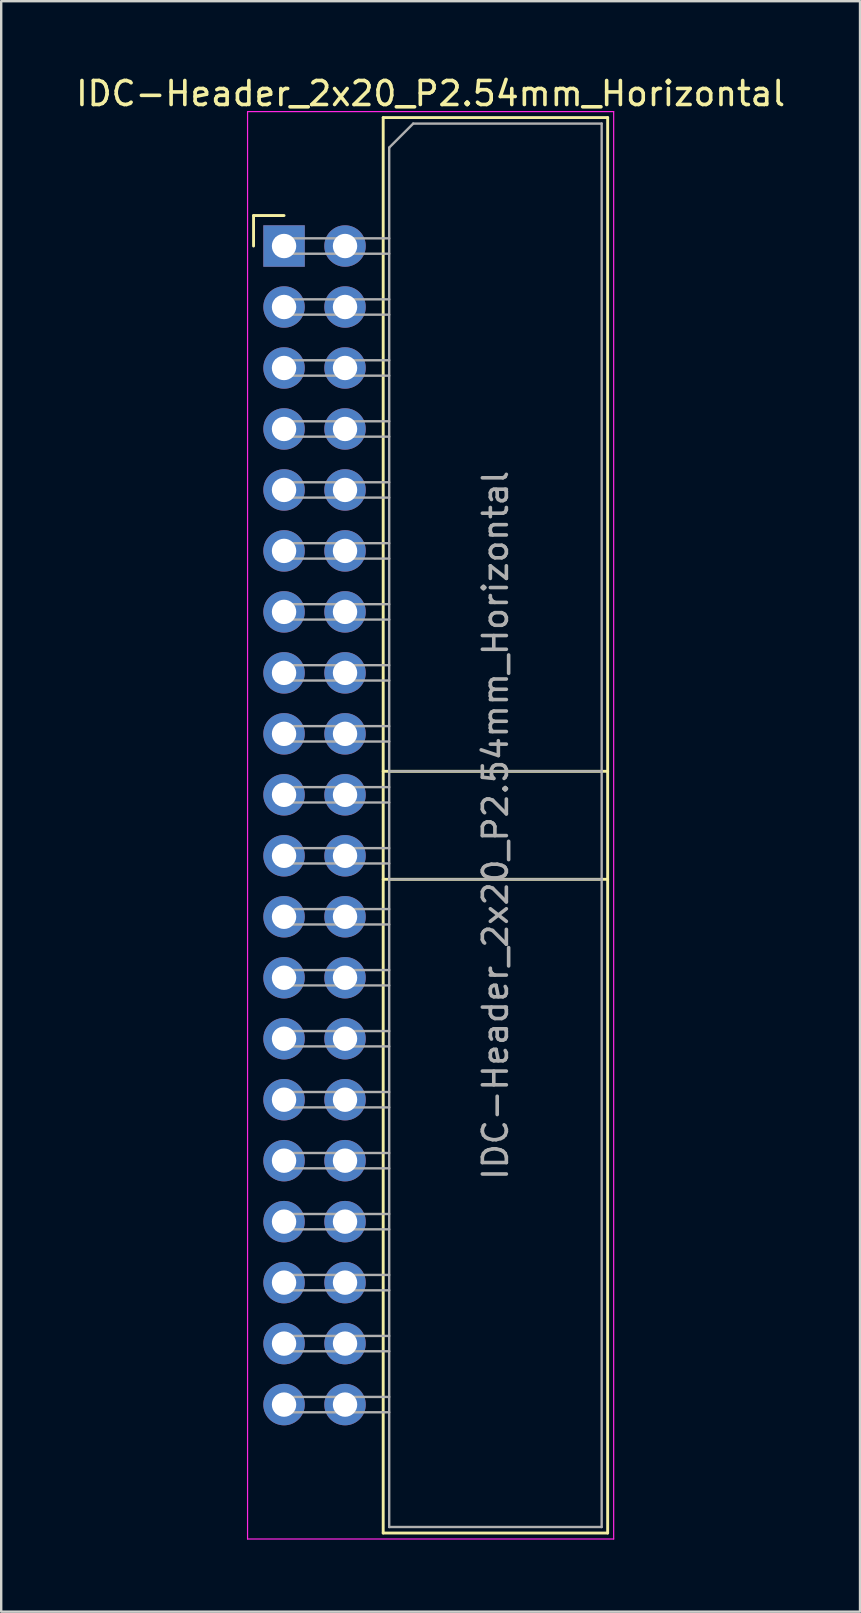
<source format=kicad_pcb>
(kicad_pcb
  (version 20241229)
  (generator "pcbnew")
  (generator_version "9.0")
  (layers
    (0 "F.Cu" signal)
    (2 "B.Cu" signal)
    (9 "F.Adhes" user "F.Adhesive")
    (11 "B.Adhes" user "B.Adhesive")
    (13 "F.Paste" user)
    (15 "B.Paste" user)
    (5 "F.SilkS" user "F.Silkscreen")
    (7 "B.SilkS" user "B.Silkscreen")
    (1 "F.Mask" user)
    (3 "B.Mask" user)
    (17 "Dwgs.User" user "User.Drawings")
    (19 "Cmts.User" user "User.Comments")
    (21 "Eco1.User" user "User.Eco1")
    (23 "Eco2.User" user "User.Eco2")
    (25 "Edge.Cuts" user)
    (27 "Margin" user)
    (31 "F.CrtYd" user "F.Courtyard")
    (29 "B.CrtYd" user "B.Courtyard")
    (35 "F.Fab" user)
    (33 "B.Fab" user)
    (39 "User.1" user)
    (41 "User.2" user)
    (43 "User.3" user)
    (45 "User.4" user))
  (footprint "IDC-Header_2x20_P2.54mm_Horizontal"
    (layer "F.Cu")
    (at 8.782 7.198)
    (property "Reference" "IDC-Header_2x20_P2.54mm_Horizontal" (at 6.105 -6.35 0) (layer "F.SilkS") (effects (font (size 1 1) (thickness 0.15))))
    (attr through_hole)
    (fp_line (start -1.27 -1.27) (end -1.27 0) (stroke (width 0.12) (type solid)) (layer "F.SilkS"))
    (fp_line (start 0 -1.27) (end -1.27 -1.27) (stroke (width 0.12) (type solid)) (layer "F.SilkS"))
    (fp_line (start 4.13 -5.35) (end 13.48 -5.35) (stroke (width 0.12) (type solid)) (layer "F.SilkS"))
    (fp_line (start 4.13 21.88) (end 13.48 21.88) (stroke (width 0.12) (type solid)) (layer "F.SilkS"))
    (fp_line (start 4.13 26.38) (end 13.48 26.38) (stroke (width 0.12) (type solid)) (layer "F.SilkS"))
    (fp_line (start 4.13 53.61) (end 4.13 -5.35) (stroke (width 0.12) (type solid)) (layer "F.SilkS"))
    (fp_line (start 4.13 53.61) (end 13.48 53.61) (stroke (width 0.12) (type solid)) (layer "F.SilkS"))
    (fp_line (start 13.48 -5.35) (end 13.48 53.61) (stroke (width 0.12) (type solid)) (layer "F.SilkS"))
    (fp_line (start -1.52 -5.6) (end 13.73 -5.6) (stroke (width 0.05) (type solid)) (layer "F.CrtYd"))
    (fp_line (start -1.52 53.86) (end -1.52 -5.6) (stroke (width 0.05) (type solid)) (layer "F.CrtYd"))
    (fp_line (start 13.73 -5.6) (end 13.73 53.86) (stroke (width 0.05) (type solid)) (layer "F.CrtYd"))
    (fp_line (start 13.73 53.86) (end -1.52 53.86) (stroke (width 0.05) (type solid)) (layer "F.CrtYd"))
    (fp_line (start -0.32 -0.32) (end -0.32 0.32) (stroke (width 0.1) (type solid)) (layer "F.Fab"))
    (fp_line (start -0.32 0.32) (end 4.38 0.32) (stroke (width 0.1) (type solid)) (layer "F.Fab"))
    (fp_line (start -0.32 2.22) (end -0.32 2.86) (stroke (width 0.1) (type solid)) (layer "F.Fab"))
    (fp_line (start -0.32 2.86) (end 4.38 2.86) (stroke (width 0.1) (type solid)) (layer "F.Fab"))
    (fp_line (start -0.32 4.76) (end -0.32 5.4) (stroke (width 0.1) (type solid)) (layer "F.Fab"))
    (fp_line (start -0.32 5.4) (end 4.38 5.4) (stroke (width 0.1) (type solid)) (layer "F.Fab"))
    (fp_line (start -0.32 7.3) (end -0.32 7.94) (stroke (width 0.1) (type solid)) (layer "F.Fab"))
    (fp_line (start -0.32 7.94) (end 4.38 7.94) (stroke (width 0.1) (type solid)) (layer "F.Fab"))
    (fp_line (start -0.32 9.84) (end -0.32 10.48) (stroke (width 0.1) (type solid)) (layer "F.Fab"))
    (fp_line (start -0.32 10.48) (end 4.38 10.48) (stroke (width 0.1) (type solid)) (layer "F.Fab"))
    (fp_line (start -0.32 12.38) (end -0.32 13.02) (stroke (width 0.1) (type solid)) (layer "F.Fab"))
    (fp_line (start -0.32 13.02) (end 4.38 13.02) (stroke (width 0.1) (type solid)) (layer "F.Fab"))
    (fp_line (start -0.32 14.92) (end -0.32 15.56) (stroke (width 0.1) (type solid)) (layer "F.Fab"))
    (fp_line (start -0.32 15.56) (end 4.38 15.56) (stroke (width 0.1) (type solid)) (layer "F.Fab"))
    (fp_line (start -0.32 17.46) (end -0.32 18.1) (stroke (width 0.1) (type solid)) (layer "F.Fab"))
    (fp_line (start -0.32 18.1) (end 4.38 18.1) (stroke (width 0.1) (type solid)) (layer "F.Fab"))
    (fp_line (start -0.32 20) (end -0.32 20.64) (stroke (width 0.1) (type solid)) (layer "F.Fab"))
    (fp_line (start -0.32 20.64) (end 4.38 20.64) (stroke (width 0.1) (type solid)) (layer "F.Fab"))
    (fp_line (start -0.32 22.54) (end -0.32 23.18) (stroke (width 0.1) (type solid)) (layer "F.Fab"))
    (fp_line (start -0.32 23.18) (end 4.38 23.18) (stroke (width 0.1) (type solid)) (layer "F.Fab"))
    (fp_line (start -0.32 25.08) (end -0.32 25.72) (stroke (width 0.1) (type solid)) (layer "F.Fab"))
    (fp_line (start -0.32 25.72) (end 4.38 25.72) (stroke (width 0.1) (type solid)) (layer "F.Fab"))
    (fp_line (start -0.32 27.62) (end -0.32 28.26) (stroke (width 0.1) (type solid)) (layer "F.Fab"))
    (fp_line (start -0.32 28.26) (end 4.38 28.26) (stroke (width 0.1) (type solid)) (layer "F.Fab"))
    (fp_line (start -0.32 30.16) (end -0.32 30.8) (stroke (width 0.1) (type solid)) (layer "F.Fab"))
    (fp_line (start -0.32 30.8) (end 4.38 30.8) (stroke (width 0.1) (type solid)) (layer "F.Fab"))
    (fp_line (start -0.32 32.7) (end -0.32 33.34) (stroke (width 0.1) (type solid)) (layer "F.Fab"))
    (fp_line (start -0.32 33.34) (end 4.38 33.34) (stroke (width 0.1) (type solid)) (layer "F.Fab"))
    (fp_line (start -0.32 35.24) (end -0.32 35.88) (stroke (width 0.1) (type solid)) (layer "F.Fab"))
    (fp_line (start -0.32 35.88) (end 4.38 35.88) (stroke (width 0.1) (type solid)) (layer "F.Fab"))
    (fp_line (start -0.32 37.78) (end -0.32 38.42) (stroke (width 0.1) (type solid)) (layer "F.Fab"))
    (fp_line (start -0.32 38.42) (end 4.38 38.42) (stroke (width 0.1) (type solid)) (layer "F.Fab"))
    (fp_line (start -0.32 40.32) (end -0.32 40.96) (stroke (width 0.1) (type solid)) (layer "F.Fab"))
    (fp_line (start -0.32 40.96) (end 4.38 40.96) (stroke (width 0.1) (type solid)) (layer "F.Fab"))
    (fp_line (start -0.32 42.86) (end -0.32 43.5) (stroke (width 0.1) (type solid)) (layer "F.Fab"))
    (fp_line (start -0.32 43.5) (end 4.38 43.5) (stroke (width 0.1) (type solid)) (layer "F.Fab"))
    (fp_line (start -0.32 45.4) (end -0.32 46.04) (stroke (width 0.1) (type solid)) (layer "F.Fab"))
    (fp_line (start -0.32 46.04) (end 4.38 46.04) (stroke (width 0.1) (type solid)) (layer "F.Fab"))
    (fp_line (start -0.32 47.94) (end -0.32 48.58) (stroke (width 0.1) (type solid)) (layer "F.Fab"))
    (fp_line (start -0.32 48.58) (end 4.38 48.58) (stroke (width 0.1) (type solid)) (layer "F.Fab"))
    (fp_line (start 4.38 -4.1) (end 5.38 -5.1) (stroke (width 0.1) (type solid)) (layer "F.Fab"))
    (fp_line (start 4.38 -0.32) (end -0.32 -0.32) (stroke (width 0.1) (type solid)) (layer "F.Fab"))
    (fp_line (start 4.38 2.22) (end -0.32 2.22) (stroke (width 0.1) (type solid)) (layer "F.Fab"))
    (fp_line (start 4.38 4.76) (end -0.32 4.76) (stroke (width 0.1) (type solid)) (layer "F.Fab"))
    (fp_line (start 4.38 7.3) (end -0.32 7.3) (stroke (width 0.1) (type solid)) (layer "F.Fab"))
    (fp_line (start 4.38 9.84) (end -0.32 9.84) (stroke (width 0.1) (type solid)) (layer "F.Fab"))
    (fp_line (start 4.38 12.38) (end -0.32 12.38) (stroke (width 0.1) (type solid)) (layer "F.Fab"))
    (fp_line (start 4.38 14.92) (end -0.32 14.92) (stroke (width 0.1) (type solid)) (layer "F.Fab"))
    (fp_line (start 4.38 17.46) (end -0.32 17.46) (stroke (width 0.1) (type solid)) (layer "F.Fab"))
    (fp_line (start 4.38 20) (end -0.32 20) (stroke (width 0.1) (type solid)) (layer "F.Fab"))
    (fp_line (start 4.38 21.88) (end 13.23 21.88) (stroke (width 0.1) (type solid)) (layer "F.Fab"))
    (fp_line (start 4.38 22.54) (end -0.32 22.54) (stroke (width 0.1) (type solid)) (layer "F.Fab"))
    (fp_line (start 4.38 25.08) (end -0.32 25.08) (stroke (width 0.1) (type solid)) (layer "F.Fab"))
    (fp_line (start 4.38 26.38) (end 13.23 26.38) (stroke (width 0.1) (type solid)) (layer "F.Fab"))
    (fp_line (start 4.38 27.62) (end -0.32 27.62) (stroke (width 0.1) (type solid)) (layer "F.Fab"))
    (fp_line (start 4.38 30.16) (end -0.32 30.16) (stroke (width 0.1) (type solid)) (layer "F.Fab"))
    (fp_line (start 4.38 32.7) (end -0.32 32.7) (stroke (width 0.1) (type solid)) (layer "F.Fab"))
    (fp_line (start 4.38 35.24) (end -0.32 35.24) (stroke (width 0.1) (type solid)) (layer "F.Fab"))
    (fp_line (start 4.38 37.78) (end -0.32 37.78) (stroke (width 0.1) (type solid)) (layer "F.Fab"))
    (fp_line (start 4.38 40.32) (end -0.32 40.32) (stroke (width 0.1) (type solid)) (layer "F.Fab"))
    (fp_line (start 4.38 42.86) (end -0.32 42.86) (stroke (width 0.1) (type solid)) (layer "F.Fab"))
    (fp_line (start 4.38 45.4) (end -0.32 45.4) (stroke (width 0.1) (type solid)) (layer "F.Fab"))
    (fp_line (start 4.38 47.94) (end -0.32 47.94) (stroke (width 0.1) (type solid)) (layer "F.Fab"))
    (fp_line (start 4.38 53.36) (end 4.38 -4.1) (stroke (width 0.1) (type solid)) (layer "F.Fab"))
    (fp_line (start 4.38 53.36) (end 13.23 53.36) (stroke (width 0.1) (type solid)) (layer "F.Fab"))
    (fp_line (start 5.38 -5.1) (end 13.23 -5.1) (stroke (width 0.1) (type solid)) (layer "F.Fab"))
    (fp_line (start 13.23 53.36) (end 13.23 -5.1) (stroke (width 0.1) (type solid)) (layer "F.Fab"))
    (fp_text user "${REFERENCE}" (at 8.805 24.13 90) (layer "F.Fab") (effects (font (size 1 1) (thickness 0.15))))
    (pad "1" thru_hole rect (at 0 0) (size 1.727 1.727) (drill 1.016) (layers "*.Cu" "*.Mask"))
    (pad "2" thru_hole oval (at 2.54 0) (size 1.727 1.727) (drill 1.016) (layers "*.Cu" "*.Mask"))
    (pad "3" thru_hole oval (at 0 2.54) (size 1.727 1.727) (drill 1.016) (layers "*.Cu" "*.Mask"))
    (pad "4" thru_hole oval (at 2.54 2.54) (size 1.727 1.727) (drill 1.016) (layers "*.Cu" "*.Mask"))
    (pad "5" thru_hole oval (at 0 5.08) (size 1.727 1.727) (drill 1.016) (layers "*.Cu" "*.Mask"))
    (pad "6" thru_hole oval (at 2.54 5.08) (size 1.727 1.727) (drill 1.016) (layers "*.Cu" "*.Mask"))
    (pad "7" thru_hole oval (at 0 7.62) (size 1.727 1.727) (drill 1.016) (layers "*.Cu" "*.Mask"))
    (pad "8" thru_hole oval (at 2.54 7.62) (size 1.727 1.727) (drill 1.016) (layers "*.Cu" "*.Mask"))
    (pad "9" thru_hole oval (at 0 10.16) (size 1.727 1.727) (drill 1.016) (layers "*.Cu" "*.Mask"))
    (pad "10" thru_hole oval (at 2.54 10.16) (size 1.727 1.727) (drill 1.016) (layers "*.Cu" "*.Mask"))
    (pad "11" thru_hole oval (at 0 12.7) (size 1.727 1.727) (drill 1.016) (layers "*.Cu" "*.Mask"))
    (pad "12" thru_hole oval (at 2.54 12.7) (size 1.727 1.727) (drill 1.016) (layers "*.Cu" "*.Mask"))
    (pad "13" thru_hole oval (at 0 15.24) (size 1.727 1.727) (drill 1.016) (layers "*.Cu" "*.Mask"))
    (pad "14" thru_hole oval (at 2.54 15.24) (size 1.727 1.727) (drill 1.016) (layers "*.Cu" "*.Mask"))
    (pad "15" thru_hole oval (at 0 17.78) (size 1.727 1.727) (drill 1.016) (layers "*.Cu" "*.Mask"))
    (pad "16" thru_hole oval (at 2.54 17.78) (size 1.727 1.727) (drill 1.016) (layers "*.Cu" "*.Mask"))
    (pad "17" thru_hole oval (at 0 20.32) (size 1.727 1.727) (drill 1.016) (layers "*.Cu" "*.Mask"))
    (pad "18" thru_hole oval (at 2.54 20.32) (size 1.727 1.727) (drill 1.016) (layers "*.Cu" "*.Mask"))
    (pad "19" thru_hole oval (at 0 22.86) (size 1.727 1.727) (drill 1.016) (layers "*.Cu" "*.Mask"))
    (pad "20" thru_hole oval (at 2.54 22.86) (size 1.727 1.727) (drill 1.016) (layers "*.Cu" "*.Mask"))
    (pad "21" thru_hole oval (at 0 25.4) (size 1.727 1.727) (drill 1.016) (layers "*.Cu" "*.Mask"))
    (pad "22" thru_hole oval (at 2.54 25.4) (size 1.727 1.727) (drill 1.016) (layers "*.Cu" "*.Mask"))
    (pad "23" thru_hole oval (at 0 27.94) (size 1.727 1.727) (drill 1.016) (layers "*.Cu" "*.Mask"))
    (pad "24" thru_hole oval (at 2.54 27.94) (size 1.727 1.727) (drill 1.016) (layers "*.Cu" "*.Mask"))
    (pad "25" thru_hole oval (at 0 30.48) (size 1.727 1.727) (drill 1.016) (layers "*.Cu" "*.Mask"))
    (pad "26" thru_hole oval (at 2.54 30.48) (size 1.727 1.727) (drill 1.016) (layers "*.Cu" "*.Mask"))
    (pad "27" thru_hole oval (at 0 33.02) (size 1.727 1.727) (drill 1.016) (layers "*.Cu" "*.Mask"))
    (pad "28" thru_hole oval (at 2.54 33.02) (size 1.727 1.727) (drill 1.016) (layers "*.Cu" "*.Mask"))
    (pad "29" thru_hole oval (at 0 35.56) (size 1.727 1.727) (drill 1.016) (layers "*.Cu" "*.Mask"))
    (pad "30" thru_hole oval (at 2.54 35.56) (size 1.727 1.727) (drill 1.016) (layers "*.Cu" "*.Mask"))
    (pad "31" thru_hole oval (at 0 38.1) (size 1.727 1.727) (drill 1.016) (layers "*.Cu" "*.Mask"))
    (pad "32" thru_hole oval (at 2.54 38.1) (size 1.727 1.727) (drill 1.016) (layers "*.Cu" "*.Mask"))
    (pad "33" thru_hole oval (at 0 40.64) (size 1.727 1.727) (drill 1.016) (layers "*.Cu" "*.Mask"))
    (pad "34" thru_hole oval (at 2.54 40.64) (size 1.727 1.727) (drill 1.016) (layers "*.Cu" "*.Mask"))
    (pad "35" thru_hole oval (at 0 43.18) (size 1.727 1.727) (drill 1.016) (layers "*.Cu" "*.Mask"))
    (pad "36" thru_hole oval (at 2.54 43.18) (size 1.727 1.727) (drill 1.016) (layers "*.Cu" "*.Mask"))
    (pad "37" thru_hole oval (at 0 45.72) (size 1.727 1.727) (drill 1.016) (layers "*.Cu" "*.Mask"))
    (pad "38" thru_hole oval (at 2.54 45.72) (size 1.727 1.727) (drill 1.016) (layers "*.Cu" "*.Mask"))
    (pad "39" thru_hole oval (at 0 48.26) (size 1.727 1.727) (drill 1.016) (layers "*.Cu" "*.Mask"))
    (pad "40" thru_hole oval (at 2.54 48.26) (size 1.727 1.727) (drill 1.016) (layers "*.Cu" "*.Mask")))
  (gr_rect
    (start -3 -3)
    (end 32.774 64.083)
    (stroke (width 0.1) (type default))
    (fill no)
    (layer "Edge.Cuts")))
</source>
